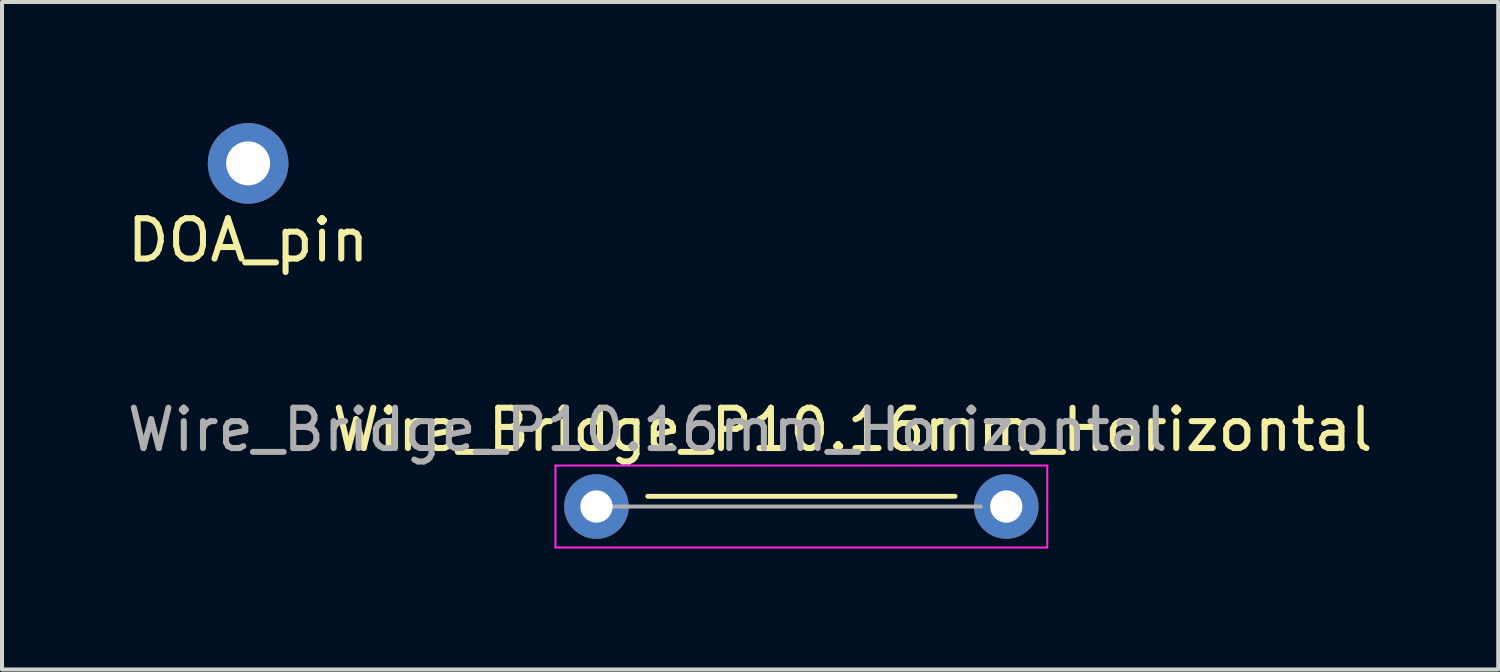
<source format=kicad_pcb>
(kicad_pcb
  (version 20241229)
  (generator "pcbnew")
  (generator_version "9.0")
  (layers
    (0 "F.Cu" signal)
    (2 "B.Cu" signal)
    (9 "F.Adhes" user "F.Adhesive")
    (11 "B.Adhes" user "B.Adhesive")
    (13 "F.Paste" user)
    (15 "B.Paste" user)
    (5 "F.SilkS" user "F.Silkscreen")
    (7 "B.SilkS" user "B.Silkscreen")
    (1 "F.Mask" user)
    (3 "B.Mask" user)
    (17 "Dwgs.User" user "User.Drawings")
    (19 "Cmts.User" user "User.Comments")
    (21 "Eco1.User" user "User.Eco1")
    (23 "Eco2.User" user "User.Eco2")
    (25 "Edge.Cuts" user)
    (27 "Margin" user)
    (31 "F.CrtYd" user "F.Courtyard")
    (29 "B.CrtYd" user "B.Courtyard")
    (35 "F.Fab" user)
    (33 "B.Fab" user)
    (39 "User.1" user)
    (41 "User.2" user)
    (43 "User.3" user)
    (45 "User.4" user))
  (footprint "Wire_Bridge_P10.16mm_Horizontal"
    (layer "F.Cu")
    (at 11.736 9.507)
    (property "Reference" "Wire_Bridge_P10.16mm_Horizontal" (at 6.35 -1.905 0) (layer "F.SilkS") (effects (font (size 1 1) (thickness 0.15))))
    (attr through_hole)
    (fp_line (start 1.27 -0.254) (end 8.89 -0.254) (stroke (width 0.12) (type solid)) (layer "F.SilkS"))
    (fp_line (start -1.016 -1.016) (end -1.016 1.016) (stroke (width 0.05) (type solid)) (layer "F.CrtYd"))
    (fp_line (start -1.016 1.016) (end 11.176 1.016) (stroke (width 0.05) (type solid)) (layer "F.CrtYd"))
    (fp_line (start 11.176 -1.016) (end -1.016 -1.016) (stroke (width 0.05) (type solid)) (layer "F.CrtYd"))
    (fp_line (start 11.176 1.016) (end 11.176 -1.016) (stroke (width 0.05) (type solid)) (layer "F.CrtYd"))
    (fp_line (start 0 0) (end 0.66 0) (stroke (width 0.1) (type solid)) (layer "F.Fab"))
    (fp_line (start 0.66 0) (end 9.525 0) (stroke (width 0.1) (type solid)) (layer "F.Fab"))
    (fp_text user "${REFERENCE}" (at 1.27 -1.905 0) (layer "F.Fab") (effects (font (size 1 1) (thickness 0.15))))
    (pad "1" thru_hole circle (at 0 0) (size 1.6 1.6) (drill 0.8) (layers "*.Cu" "*.Mask"))
    (pad "2" thru_hole oval (at 10.16 0) (size 1.6 1.6) (drill 0.8) (layers "*.Cu" "*.Mask")))
  (footprint "DOA_pin"
    (layer "F.Cu")
    (at 3.101 1)
    (property "Reference" "DOA_pin" (at 0 1.905 0) (layer "F.SilkS") (effects (font (size 1 1) (thickness 0.15))))
    (attr through_hole)
    (pad "1" thru_hole circle (at 0 0) (size 2 2) (drill 1.09) (layers "*.Cu" "*.Mask")))
  (gr_rect
    (start -3 -3)
    (end 34.092 13.547)
    (stroke (width 0.1) (type default))
    (fill no)
    (layer "Edge.Cuts")))
</source>
